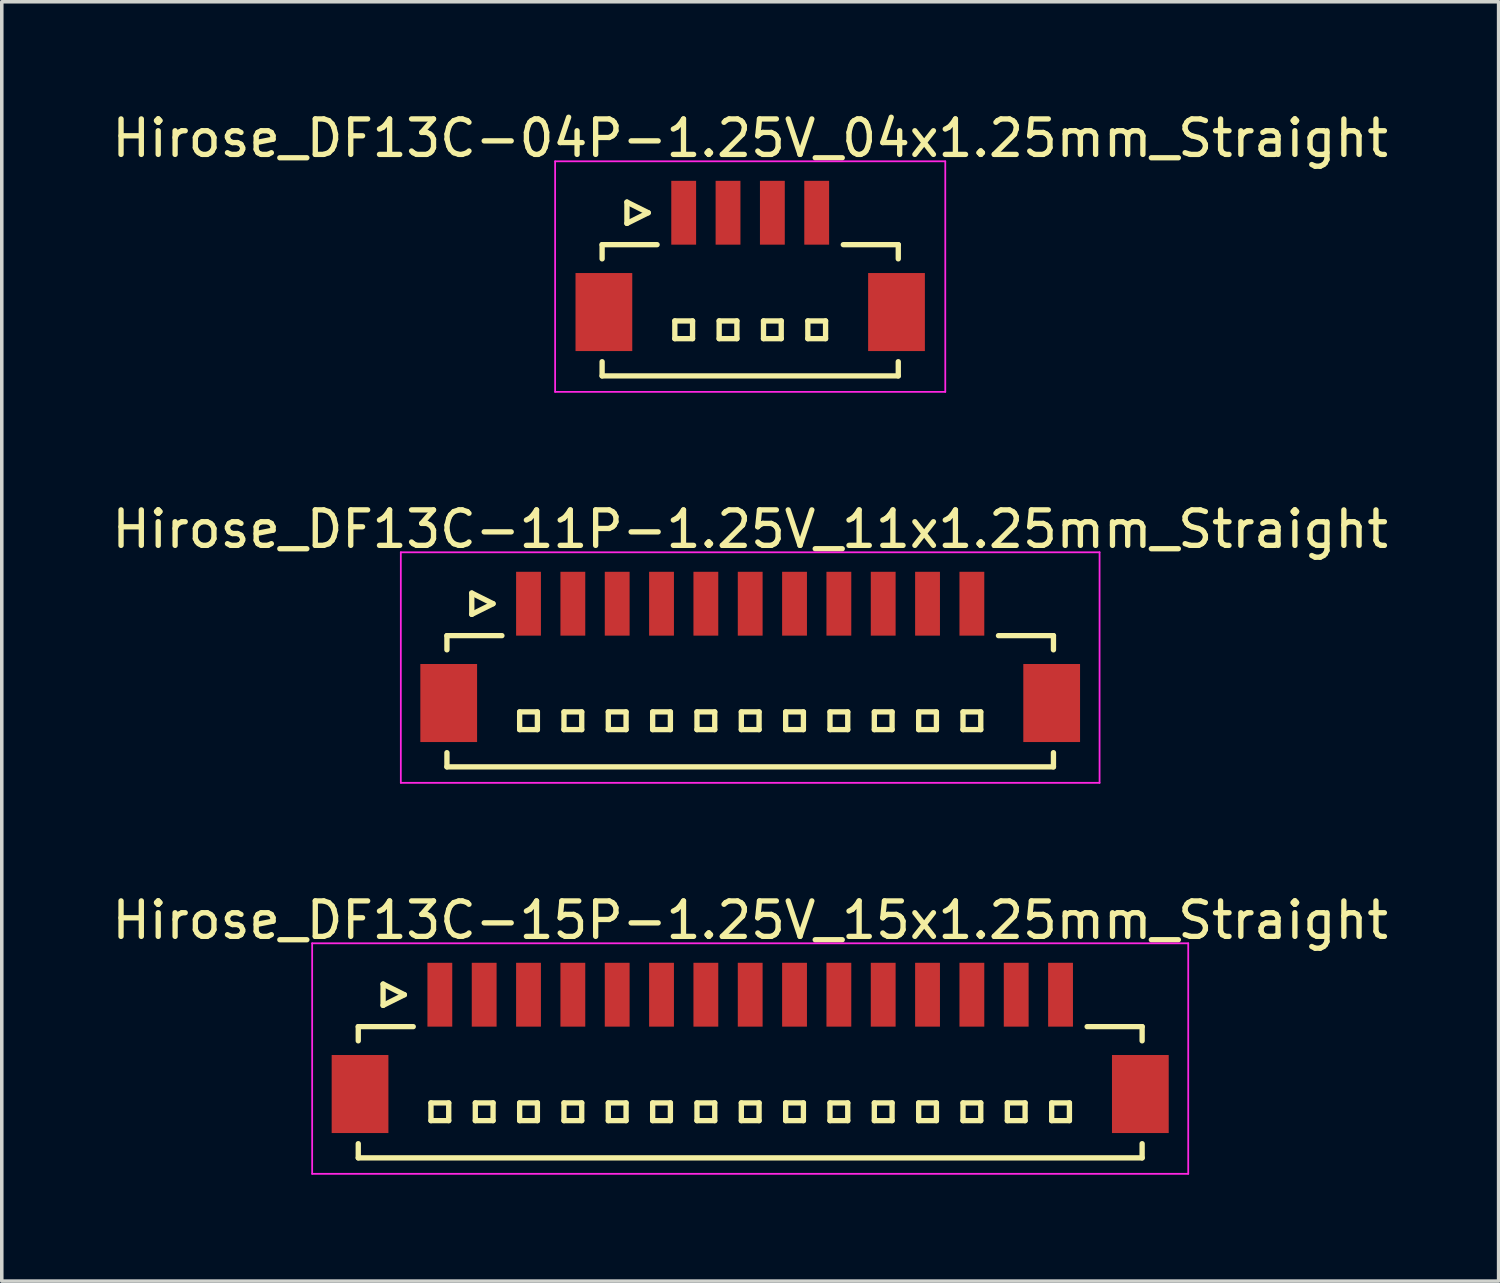
<source format=kicad_pcb>
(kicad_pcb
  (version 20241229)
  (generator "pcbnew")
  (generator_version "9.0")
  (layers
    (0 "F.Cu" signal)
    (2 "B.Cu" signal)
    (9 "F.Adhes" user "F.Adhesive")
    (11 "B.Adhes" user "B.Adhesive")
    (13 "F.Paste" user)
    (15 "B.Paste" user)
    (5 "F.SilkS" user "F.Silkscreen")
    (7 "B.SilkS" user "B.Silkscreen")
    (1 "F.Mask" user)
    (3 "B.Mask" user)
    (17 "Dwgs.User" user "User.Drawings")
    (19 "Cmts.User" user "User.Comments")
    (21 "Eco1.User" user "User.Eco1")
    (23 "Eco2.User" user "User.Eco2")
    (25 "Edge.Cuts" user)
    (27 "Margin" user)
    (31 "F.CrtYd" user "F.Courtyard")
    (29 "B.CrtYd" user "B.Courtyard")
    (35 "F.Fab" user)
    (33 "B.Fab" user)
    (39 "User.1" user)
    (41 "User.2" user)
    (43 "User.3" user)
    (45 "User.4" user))
  (footprint "Hirose_DF13C-11P-1.25V_11x1.25mm_Straight"
    (layer "F.Cu")
    (at 18.101 15.371)
    (property "Reference" "Hirose_DF13C-11P-1.25V_11x1.25mm_Straight" (at 0 -3.5 0) (layer "F.SilkS") (effects (font (size 1 1) (thickness 0.15))))
    (attr smd)
    (fp_line (start -8.55 -0.5) (end -8.55 -0.1) (stroke (width 0.15) (type solid)) (layer "F.SilkS"))
    (fp_line (start -8.55 -0.5) (end -7 -0.5) (stroke (width 0.15) (type solid)) (layer "F.SilkS"))
    (fp_line (start -8.55 3.2) (end -8.55 2.8) (stroke (width 0.15) (type solid)) (layer "F.SilkS"))
    (fp_line (start -8.55 3.2) (end 8.55 3.2) (stroke (width 0.15) (type solid)) (layer "F.SilkS"))
    (fp_line (start -7.85 -1.7) (end -7.85 -1.1) (stroke (width 0.15) (type solid)) (layer "F.SilkS"))
    (fp_line (start -7.85 -1.1) (end -7.25 -1.4) (stroke (width 0.15) (type solid)) (layer "F.SilkS"))
    (fp_line (start -7.25 -1.4) (end -7.85 -1.7) (stroke (width 0.15) (type solid)) (layer "F.SilkS"))
    (fp_line (start -6.5 1.65) (end -6.5 2.15) (stroke (width 0.15) (type solid)) (layer "F.SilkS"))
    (fp_line (start -6.5 2.15) (end -6 2.15) (stroke (width 0.15) (type solid)) (layer "F.SilkS"))
    (fp_line (start -6 1.65) (end -6.5 1.65) (stroke (width 0.15) (type solid)) (layer "F.SilkS"))
    (fp_line (start -6 2.15) (end -6 1.65) (stroke (width 0.15) (type solid)) (layer "F.SilkS"))
    (fp_line (start -5.25 1.65) (end -5.25 2.15) (stroke (width 0.15) (type solid)) (layer "F.SilkS"))
    (fp_line (start -5.25 2.15) (end -4.75 2.15) (stroke (width 0.15) (type solid)) (layer "F.SilkS"))
    (fp_line (start -4.75 1.65) (end -5.25 1.65) (stroke (width 0.15) (type solid)) (layer "F.SilkS"))
    (fp_line (start -4.75 2.15) (end -4.75 1.65) (stroke (width 0.15) (type solid)) (layer "F.SilkS"))
    (fp_line (start -4 1.65) (end -4 2.15) (stroke (width 0.15) (type solid)) (layer "F.SilkS"))
    (fp_line (start -4 2.15) (end -3.5 2.15) (stroke (width 0.15) (type solid)) (layer "F.SilkS"))
    (fp_line (start -3.5 1.65) (end -4 1.65) (stroke (width 0.15) (type solid)) (layer "F.SilkS"))
    (fp_line (start -3.5 2.15) (end -3.5 1.65) (stroke (width 0.15) (type solid)) (layer "F.SilkS"))
    (fp_line (start -2.75 1.65) (end -2.75 2.15) (stroke (width 0.15) (type solid)) (layer "F.SilkS"))
    (fp_line (start -2.75 2.15) (end -2.25 2.15) (stroke (width 0.15) (type solid)) (layer "F.SilkS"))
    (fp_line (start -2.25 1.65) (end -2.75 1.65) (stroke (width 0.15) (type solid)) (layer "F.SilkS"))
    (fp_line (start -2.25 2.15) (end -2.25 1.65) (stroke (width 0.15) (type solid)) (layer "F.SilkS"))
    (fp_line (start -1.5 1.65) (end -1.5 2.15) (stroke (width 0.15) (type solid)) (layer "F.SilkS"))
    (fp_line (start -1.5 2.15) (end -1 2.15) (stroke (width 0.15) (type solid)) (layer "F.SilkS"))
    (fp_line (start -1 1.65) (end -1.5 1.65) (stroke (width 0.15) (type solid)) (layer "F.SilkS"))
    (fp_line (start -1 2.15) (end -1 1.65) (stroke (width 0.15) (type solid)) (layer "F.SilkS"))
    (fp_line (start -0.25 1.65) (end -0.25 2.15) (stroke (width 0.15) (type solid)) (layer "F.SilkS"))
    (fp_line (start -0.25 2.15) (end 0.25 2.15) (stroke (width 0.15) (type solid)) (layer "F.SilkS"))
    (fp_line (start 0.25 1.65) (end -0.25 1.65) (stroke (width 0.15) (type solid)) (layer "F.SilkS"))
    (fp_line (start 0.25 2.15) (end 0.25 1.65) (stroke (width 0.15) (type solid)) (layer "F.SilkS"))
    (fp_line (start 1 1.65) (end 1 2.15) (stroke (width 0.15) (type solid)) (layer "F.SilkS"))
    (fp_line (start 1 2.15) (end 1.5 2.15) (stroke (width 0.15) (type solid)) (layer "F.SilkS"))
    (fp_line (start 1.5 1.65) (end 1 1.65) (stroke (width 0.15) (type solid)) (layer "F.SilkS"))
    (fp_line (start 1.5 2.15) (end 1.5 1.65) (stroke (width 0.15) (type solid)) (layer "F.SilkS"))
    (fp_line (start 2.25 1.65) (end 2.25 2.15) (stroke (width 0.15) (type solid)) (layer "F.SilkS"))
    (fp_line (start 2.25 2.15) (end 2.75 2.15) (stroke (width 0.15) (type solid)) (layer "F.SilkS"))
    (fp_line (start 2.75 1.65) (end 2.25 1.65) (stroke (width 0.15) (type solid)) (layer "F.SilkS"))
    (fp_line (start 2.75 2.15) (end 2.75 1.65) (stroke (width 0.15) (type solid)) (layer "F.SilkS"))
    (fp_line (start 3.5 1.65) (end 3.5 2.15) (stroke (width 0.15) (type solid)) (layer "F.SilkS"))
    (fp_line (start 3.5 2.15) (end 4 2.15) (stroke (width 0.15) (type solid)) (layer "F.SilkS"))
    (fp_line (start 4 1.65) (end 3.5 1.65) (stroke (width 0.15) (type solid)) (layer "F.SilkS"))
    (fp_line (start 4 2.15) (end 4 1.65) (stroke (width 0.15) (type solid)) (layer "F.SilkS"))
    (fp_line (start 4.75 1.65) (end 4.75 2.15) (stroke (width 0.15) (type solid)) (layer "F.SilkS"))
    (fp_line (start 4.75 2.15) (end 5.25 2.15) (stroke (width 0.15) (type solid)) (layer "F.SilkS"))
    (fp_line (start 5.25 1.65) (end 4.75 1.65) (stroke (width 0.15) (type solid)) (layer "F.SilkS"))
    (fp_line (start 5.25 2.15) (end 5.25 1.65) (stroke (width 0.15) (type solid)) (layer "F.SilkS"))
    (fp_line (start 6 1.65) (end 6 2.15) (stroke (width 0.15) (type solid)) (layer "F.SilkS"))
    (fp_line (start 6 2.15) (end 6.5 2.15) (stroke (width 0.15) (type solid)) (layer "F.SilkS"))
    (fp_line (start 6.5 1.65) (end 6 1.65) (stroke (width 0.15) (type solid)) (layer "F.SilkS"))
    (fp_line (start 6.5 2.15) (end 6.5 1.65) (stroke (width 0.15) (type solid)) (layer "F.SilkS"))
    (fp_line (start 8.55 -0.5) (end 7 -0.5) (stroke (width 0.15) (type solid)) (layer "F.SilkS"))
    (fp_line (start 8.55 -0.5) (end 8.55 -0.1) (stroke (width 0.15) (type solid)) (layer "F.SilkS"))
    (fp_line (start 8.55 3.2) (end 8.55 2.8) (stroke (width 0.15) (type solid)) (layer "F.SilkS"))
    (fp_line (start -9.85 -2.85) (end -9.85 3.65) (stroke (width 0.05) (type solid)) (layer "F.CrtYd"))
    (fp_line (start -9.85 3.65) (end 9.85 3.65) (stroke (width 0.05) (type solid)) (layer "F.CrtYd"))
    (fp_line (start 9.85 -2.85) (end -9.85 -2.85) (stroke (width 0.05) (type solid)) (layer "F.CrtYd"))
    (fp_line (start 9.85 3.65) (end 9.85 -2.85) (stroke (width 0.05) (type solid)) (layer "F.CrtYd"))
    (pad "" smd rect (at -8.5 1.4) (size 1.6 2.2) (layers "F.Cu" "F.Mask" "F.Paste"))
    (pad "" smd rect (at 8.5 1.4) (size 1.6 2.2) (layers "F.Cu" "F.Mask" "F.Paste"))
    (pad "1" smd rect (at -6.25 -1.4) (size 0.7 1.8) (layers "F.Cu" "F.Mask" "F.Paste"))
    (pad "2" smd rect (at -5 -1.4) (size 0.7 1.8) (layers "F.Cu" "F.Mask" "F.Paste"))
    (pad "3" smd rect (at -3.75 -1.4) (size 0.7 1.8) (layers "F.Cu" "F.Mask" "F.Paste"))
    (pad "4" smd rect (at -2.5 -1.4) (size 0.7 1.8) (layers "F.Cu" "F.Mask" "F.Paste"))
    (pad "5" smd rect (at -1.25 -1.4) (size 0.7 1.8) (layers "F.Cu" "F.Mask" "F.Paste"))
    (pad "6" smd rect (at 0 -1.4) (size 0.7 1.8) (layers "F.Cu" "F.Mask" "F.Paste"))
    (pad "7" smd rect (at 1.25 -1.4) (size 0.7 1.8) (layers "F.Cu" "F.Mask" "F.Paste"))
    (pad "8" smd rect (at 2.5 -1.4) (size 0.7 1.8) (layers "F.Cu" "F.Mask" "F.Paste"))
    (pad "9" smd rect (at 3.75 -1.4) (size 0.7 1.8) (layers "F.Cu" "F.Mask" "F.Paste"))
    (pad "10" smd rect (at 5 -1.4) (size 0.7 1.8) (layers "F.Cu" "F.Mask" "F.Paste"))
    (pad "11" smd rect (at 6.25 -1.4) (size 0.7 1.8) (layers "F.Cu" "F.Mask" "F.Paste")))
  (footprint "Hirose_DF13C-15P-1.25V_15x1.25mm_Straight"
    (layer "F.Cu")
    (at 18.101 26.395)
    (property "Reference" "Hirose_DF13C-15P-1.25V_15x1.25mm_Straight" (at 0 -3.5 0) (layer "F.SilkS") (effects (font (size 1 1) (thickness 0.15))))
    (attr smd)
    (fp_line (start -11.05 -0.5) (end -11.05 -0.1) (stroke (width 0.15) (type solid)) (layer "F.SilkS"))
    (fp_line (start -11.05 -0.5) (end -9.5 -0.5) (stroke (width 0.15) (type solid)) (layer "F.SilkS"))
    (fp_line (start -11.05 3.2) (end -11.05 2.8) (stroke (width 0.15) (type solid)) (layer "F.SilkS"))
    (fp_line (start -11.05 3.2) (end 11.05 3.2) (stroke (width 0.15) (type solid)) (layer "F.SilkS"))
    (fp_line (start -10.35 -1.7) (end -10.35 -1.1) (stroke (width 0.15) (type solid)) (layer "F.SilkS"))
    (fp_line (start -10.35 -1.1) (end -9.75 -1.4) (stroke (width 0.15) (type solid)) (layer "F.SilkS"))
    (fp_line (start -9.75 -1.4) (end -10.35 -1.7) (stroke (width 0.15) (type solid)) (layer "F.SilkS"))
    (fp_line (start -9 1.65) (end -9 2.15) (stroke (width 0.15) (type solid)) (layer "F.SilkS"))
    (fp_line (start -9 2.15) (end -8.5 2.15) (stroke (width 0.15) (type solid)) (layer "F.SilkS"))
    (fp_line (start -8.5 1.65) (end -9 1.65) (stroke (width 0.15) (type solid)) (layer "F.SilkS"))
    (fp_line (start -8.5 2.15) (end -8.5 1.65) (stroke (width 0.15) (type solid)) (layer "F.SilkS"))
    (fp_line (start -7.75 1.65) (end -7.75 2.15) (stroke (width 0.15) (type solid)) (layer "F.SilkS"))
    (fp_line (start -7.75 2.15) (end -7.25 2.15) (stroke (width 0.15) (type solid)) (layer "F.SilkS"))
    (fp_line (start -7.25 1.65) (end -7.75 1.65) (stroke (width 0.15) (type solid)) (layer "F.SilkS"))
    (fp_line (start -7.25 2.15) (end -7.25 1.65) (stroke (width 0.15) (type solid)) (layer "F.SilkS"))
    (fp_line (start -6.5 1.65) (end -6.5 2.15) (stroke (width 0.15) (type solid)) (layer "F.SilkS"))
    (fp_line (start -6.5 2.15) (end -6 2.15) (stroke (width 0.15) (type solid)) (layer "F.SilkS"))
    (fp_line (start -6 1.65) (end -6.5 1.65) (stroke (width 0.15) (type solid)) (layer "F.SilkS"))
    (fp_line (start -6 2.15) (end -6 1.65) (stroke (width 0.15) (type solid)) (layer "F.SilkS"))
    (fp_line (start -5.25 1.65) (end -5.25 2.15) (stroke (width 0.15) (type solid)) (layer "F.SilkS"))
    (fp_line (start -5.25 2.15) (end -4.75 2.15) (stroke (width 0.15) (type solid)) (layer "F.SilkS"))
    (fp_line (start -4.75 1.65) (end -5.25 1.65) (stroke (width 0.15) (type solid)) (layer "F.SilkS"))
    (fp_line (start -4.75 2.15) (end -4.75 1.65) (stroke (width 0.15) (type solid)) (layer "F.SilkS"))
    (fp_line (start -4 1.65) (end -4 2.15) (stroke (width 0.15) (type solid)) (layer "F.SilkS"))
    (fp_line (start -4 2.15) (end -3.5 2.15) (stroke (width 0.15) (type solid)) (layer "F.SilkS"))
    (fp_line (start -3.5 1.65) (end -4 1.65) (stroke (width 0.15) (type solid)) (layer "F.SilkS"))
    (fp_line (start -3.5 2.15) (end -3.5 1.65) (stroke (width 0.15) (type solid)) (layer "F.SilkS"))
    (fp_line (start -2.75 1.65) (end -2.75 2.15) (stroke (width 0.15) (type solid)) (layer "F.SilkS"))
    (fp_line (start -2.75 2.15) (end -2.25 2.15) (stroke (width 0.15) (type solid)) (layer "F.SilkS"))
    (fp_line (start -2.25 1.65) (end -2.75 1.65) (stroke (width 0.15) (type solid)) (layer "F.SilkS"))
    (fp_line (start -2.25 2.15) (end -2.25 1.65) (stroke (width 0.15) (type solid)) (layer "F.SilkS"))
    (fp_line (start -1.5 1.65) (end -1.5 2.15) (stroke (width 0.15) (type solid)) (layer "F.SilkS"))
    (fp_line (start -1.5 2.15) (end -1 2.15) (stroke (width 0.15) (type solid)) (layer "F.SilkS"))
    (fp_line (start -1 1.65) (end -1.5 1.65) (stroke (width 0.15) (type solid)) (layer "F.SilkS"))
    (fp_line (start -1 2.15) (end -1 1.65) (stroke (width 0.15) (type solid)) (layer "F.SilkS"))
    (fp_line (start -0.25 1.65) (end -0.25 2.15) (stroke (width 0.15) (type solid)) (layer "F.SilkS"))
    (fp_line (start -0.25 2.15) (end 0.25 2.15) (stroke (width 0.15) (type solid)) (layer "F.SilkS"))
    (fp_line (start 0.25 1.65) (end -0.25 1.65) (stroke (width 0.15) (type solid)) (layer "F.SilkS"))
    (fp_line (start 0.25 2.15) (end 0.25 1.65) (stroke (width 0.15) (type solid)) (layer "F.SilkS"))
    (fp_line (start 1 1.65) (end 1 2.15) (stroke (width 0.15) (type solid)) (layer "F.SilkS"))
    (fp_line (start 1 2.15) (end 1.5 2.15) (stroke (width 0.15) (type solid)) (layer "F.SilkS"))
    (fp_line (start 1.5 1.65) (end 1 1.65) (stroke (width 0.15) (type solid)) (layer "F.SilkS"))
    (fp_line (start 1.5 2.15) (end 1.5 1.65) (stroke (width 0.15) (type solid)) (layer "F.SilkS"))
    (fp_line (start 2.25 1.65) (end 2.25 2.15) (stroke (width 0.15) (type solid)) (layer "F.SilkS"))
    (fp_line (start 2.25 2.15) (end 2.75 2.15) (stroke (width 0.15) (type solid)) (layer "F.SilkS"))
    (fp_line (start 2.75 1.65) (end 2.25 1.65) (stroke (width 0.15) (type solid)) (layer "F.SilkS"))
    (fp_line (start 2.75 2.15) (end 2.75 1.65) (stroke (width 0.15) (type solid)) (layer "F.SilkS"))
    (fp_line (start 3.5 1.65) (end 3.5 2.15) (stroke (width 0.15) (type solid)) (layer "F.SilkS"))
    (fp_line (start 3.5 2.15) (end 4 2.15) (stroke (width 0.15) (type solid)) (layer "F.SilkS"))
    (fp_line (start 4 1.65) (end 3.5 1.65) (stroke (width 0.15) (type solid)) (layer "F.SilkS"))
    (fp_line (start 4 2.15) (end 4 1.65) (stroke (width 0.15) (type solid)) (layer "F.SilkS"))
    (fp_line (start 4.75 1.65) (end 4.75 2.15) (stroke (width 0.15) (type solid)) (layer "F.SilkS"))
    (fp_line (start 4.75 2.15) (end 5.25 2.15) (stroke (width 0.15) (type solid)) (layer "F.SilkS"))
    (fp_line (start 5.25 1.65) (end 4.75 1.65) (stroke (width 0.15) (type solid)) (layer "F.SilkS"))
    (fp_line (start 5.25 2.15) (end 5.25 1.65) (stroke (width 0.15) (type solid)) (layer "F.SilkS"))
    (fp_line (start 6 1.65) (end 6 2.15) (stroke (width 0.15) (type solid)) (layer "F.SilkS"))
    (fp_line (start 6 2.15) (end 6.5 2.15) (stroke (width 0.15) (type solid)) (layer "F.SilkS"))
    (fp_line (start 6.5 1.65) (end 6 1.65) (stroke (width 0.15) (type solid)) (layer "F.SilkS"))
    (fp_line (start 6.5 2.15) (end 6.5 1.65) (stroke (width 0.15) (type solid)) (layer "F.SilkS"))
    (fp_line (start 7.25 1.65) (end 7.25 2.15) (stroke (width 0.15) (type solid)) (layer "F.SilkS"))
    (fp_line (start 7.25 2.15) (end 7.75 2.15) (stroke (width 0.15) (type solid)) (layer "F.SilkS"))
    (fp_line (start 7.75 1.65) (end 7.25 1.65) (stroke (width 0.15) (type solid)) (layer "F.SilkS"))
    (fp_line (start 7.75 2.15) (end 7.75 1.65) (stroke (width 0.15) (type solid)) (layer "F.SilkS"))
    (fp_line (start 8.5 1.65) (end 8.5 2.15) (stroke (width 0.15) (type solid)) (layer "F.SilkS"))
    (fp_line (start 8.5 2.15) (end 9 2.15) (stroke (width 0.15) (type solid)) (layer "F.SilkS"))
    (fp_line (start 9 1.65) (end 8.5 1.65) (stroke (width 0.15) (type solid)) (layer "F.SilkS"))
    (fp_line (start 9 2.15) (end 9 1.65) (stroke (width 0.15) (type solid)) (layer "F.SilkS"))
    (fp_line (start 11.05 -0.5) (end 9.5 -0.5) (stroke (width 0.15) (type solid)) (layer "F.SilkS"))
    (fp_line (start 11.05 -0.5) (end 11.05 -0.1) (stroke (width 0.15) (type solid)) (layer "F.SilkS"))
    (fp_line (start 11.05 3.2) (end 11.05 2.8) (stroke (width 0.15) (type solid)) (layer "F.SilkS"))
    (fp_line (start -12.35 -2.85) (end -12.35 3.65) (stroke (width 0.05) (type solid)) (layer "F.CrtYd"))
    (fp_line (start -12.35 3.65) (end 12.35 3.65) (stroke (width 0.05) (type solid)) (layer "F.CrtYd"))
    (fp_line (start 12.35 -2.85) (end -12.35 -2.85) (stroke (width 0.05) (type solid)) (layer "F.CrtYd"))
    (fp_line (start 12.35 3.65) (end 12.35 -2.85) (stroke (width 0.05) (type solid)) (layer "F.CrtYd"))
    (pad "" smd rect (at -11 1.4) (size 1.6 2.2) (layers "F.Cu" "F.Mask" "F.Paste"))
    (pad "" smd rect (at 11 1.4) (size 1.6 2.2) (layers "F.Cu" "F.Mask" "F.Paste"))
    (pad "1" smd rect (at -8.75 -1.4) (size 0.7 1.8) (layers "F.Cu" "F.Mask" "F.Paste"))
    (pad "2" smd rect (at -7.5 -1.4) (size 0.7 1.8) (layers "F.Cu" "F.Mask" "F.Paste"))
    (pad "3" smd rect (at -6.25 -1.4) (size 0.7 1.8) (layers "F.Cu" "F.Mask" "F.Paste"))
    (pad "4" smd rect (at -5 -1.4) (size 0.7 1.8) (layers "F.Cu" "F.Mask" "F.Paste"))
    (pad "5" smd rect (at -3.75 -1.4) (size 0.7 1.8) (layers "F.Cu" "F.Mask" "F.Paste"))
    (pad "6" smd rect (at -2.5 -1.4) (size 0.7 1.8) (layers "F.Cu" "F.Mask" "F.Paste"))
    (pad "7" smd rect (at -1.25 -1.4) (size 0.7 1.8) (layers "F.Cu" "F.Mask" "F.Paste"))
    (pad "8" smd rect (at 0 -1.4) (size 0.7 1.8) (layers "F.Cu" "F.Mask" "F.Paste"))
    (pad "9" smd rect (at 1.25 -1.4) (size 0.7 1.8) (layers "F.Cu" "F.Mask" "F.Paste"))
    (pad "10" smd rect (at 2.5 -1.4) (size 0.7 1.8) (layers "F.Cu" "F.Mask" "F.Paste"))
    (pad "11" smd rect (at 3.75 -1.4) (size 0.7 1.8) (layers "F.Cu" "F.Mask" "F.Paste"))
    (pad "12" smd rect (at 5 -1.4) (size 0.7 1.8) (layers "F.Cu" "F.Mask" "F.Paste"))
    (pad "13" smd rect (at 6.25 -1.4) (size 0.7 1.8) (layers "F.Cu" "F.Mask" "F.Paste"))
    (pad "14" smd rect (at 7.5 -1.4) (size 0.7 1.8) (layers "F.Cu" "F.Mask" "F.Paste"))
    (pad "15" smd rect (at 8.75 -1.4) (size 0.7 1.8) (layers "F.Cu" "F.Mask" "F.Paste")))
  (footprint "Hirose_DF13C-04P-1.25V_04x1.25mm_Straight"
    (layer "F.Cu")
    (at 18.101 4.348)
    (property "Reference" "Hirose_DF13C-04P-1.25V_04x1.25mm_Straight" (at 0 -3.5 0) (layer "F.SilkS") (effects (font (size 1 1) (thickness 0.15))))
    (attr smd)
    (fp_line (start -4.175 -0.5) (end -4.175 -0.1) (stroke (width 0.15) (type solid)) (layer "F.SilkS"))
    (fp_line (start -4.175 -0.5) (end -2.625 -0.5) (stroke (width 0.15) (type solid)) (layer "F.SilkS"))
    (fp_line (start -4.175 3.2) (end -4.175 2.8) (stroke (width 0.15) (type solid)) (layer "F.SilkS"))
    (fp_line (start -4.175 3.2) (end 4.175 3.2) (stroke (width 0.15) (type solid)) (layer "F.SilkS"))
    (fp_line (start -3.475 -1.7) (end -3.475 -1.1) (stroke (width 0.15) (type solid)) (layer "F.SilkS"))
    (fp_line (start -3.475 -1.1) (end -2.875 -1.4) (stroke (width 0.15) (type solid)) (layer "F.SilkS"))
    (fp_line (start -2.875 -1.4) (end -3.475 -1.7) (stroke (width 0.15) (type solid)) (layer "F.SilkS"))
    (fp_line (start -2.125 1.65) (end -2.125 2.15) (stroke (width 0.15) (type solid)) (layer "F.SilkS"))
    (fp_line (start -2.125 2.15) (end -1.625 2.15) (stroke (width 0.15) (type solid)) (layer "F.SilkS"))
    (fp_line (start -1.625 1.65) (end -2.125 1.65) (stroke (width 0.15) (type solid)) (layer "F.SilkS"))
    (fp_line (start -1.625 2.15) (end -1.625 1.65) (stroke (width 0.15) (type solid)) (layer "F.SilkS"))
    (fp_line (start -0.875 1.65) (end -0.875 2.15) (stroke (width 0.15) (type solid)) (layer "F.SilkS"))
    (fp_line (start -0.875 2.15) (end -0.375 2.15) (stroke (width 0.15) (type solid)) (layer "F.SilkS"))
    (fp_line (start -0.375 1.65) (end -0.875 1.65) (stroke (width 0.15) (type solid)) (layer "F.SilkS"))
    (fp_line (start -0.375 2.15) (end -0.375 1.65) (stroke (width 0.15) (type solid)) (layer "F.SilkS"))
    (fp_line (start 0.375 1.65) (end 0.375 2.15) (stroke (width 0.15) (type solid)) (layer "F.SilkS"))
    (fp_line (start 0.375 2.15) (end 0.875 2.15) (stroke (width 0.15) (type solid)) (layer "F.SilkS"))
    (fp_line (start 0.875 1.65) (end 0.375 1.65) (stroke (width 0.15) (type solid)) (layer "F.SilkS"))
    (fp_line (start 0.875 2.15) (end 0.875 1.65) (stroke (width 0.15) (type solid)) (layer "F.SilkS"))
    (fp_line (start 1.625 1.65) (end 1.625 2.15) (stroke (width 0.15) (type solid)) (layer "F.SilkS"))
    (fp_line (start 1.625 2.15) (end 2.125 2.15) (stroke (width 0.15) (type solid)) (layer "F.SilkS"))
    (fp_line (start 2.125 1.65) (end 1.625 1.65) (stroke (width 0.15) (type solid)) (layer "F.SilkS"))
    (fp_line (start 2.125 2.15) (end 2.125 1.65) (stroke (width 0.15) (type solid)) (layer "F.SilkS"))
    (fp_line (start 4.175 -0.5) (end 2.625 -0.5) (stroke (width 0.15) (type solid)) (layer "F.SilkS"))
    (fp_line (start 4.175 -0.5) (end 4.175 -0.1) (stroke (width 0.15) (type solid)) (layer "F.SilkS"))
    (fp_line (start 4.175 3.2) (end 4.175 2.8) (stroke (width 0.15) (type solid)) (layer "F.SilkS"))
    (fp_line (start -5.5 -2.85) (end -5.5 3.65) (stroke (width 0.05) (type solid)) (layer "F.CrtYd"))
    (fp_line (start -5.5 3.65) (end 5.5 3.65) (stroke (width 0.05) (type solid)) (layer "F.CrtYd"))
    (fp_line (start 5.5 -2.85) (end -5.5 -2.85) (stroke (width 0.05) (type solid)) (layer "F.CrtYd"))
    (fp_line (start 5.5 3.65) (end 5.5 -2.85) (stroke (width 0.05) (type solid)) (layer "F.CrtYd"))
    (pad "" smd rect (at -4.125 1.4) (size 1.6 2.2) (layers "F.Cu" "F.Mask" "F.Paste"))
    (pad "" smd rect (at 4.125 1.4) (size 1.6 2.2) (layers "F.Cu" "F.Mask" "F.Paste"))
    (pad "1" smd rect (at -1.875 -1.4) (size 0.7 1.8) (layers "F.Cu" "F.Mask" "F.Paste"))
    (pad "2" smd rect (at -0.625 -1.4) (size 0.7 1.8) (layers "F.Cu" "F.Mask" "F.Paste"))
    (pad "3" smd rect (at 0.625 -1.4) (size 0.7 1.8) (layers "F.Cu" "F.Mask" "F.Paste"))
    (pad "4" smd rect (at 1.875 -1.4) (size 0.7 1.8) (layers "F.Cu" "F.Mask" "F.Paste")))
  (gr_rect
    (start -3 -3)
    (end 39.202 33.07)
    (stroke (width 0.1) (type default))
    (fill no)
    (layer "Edge.Cuts")))
</source>
